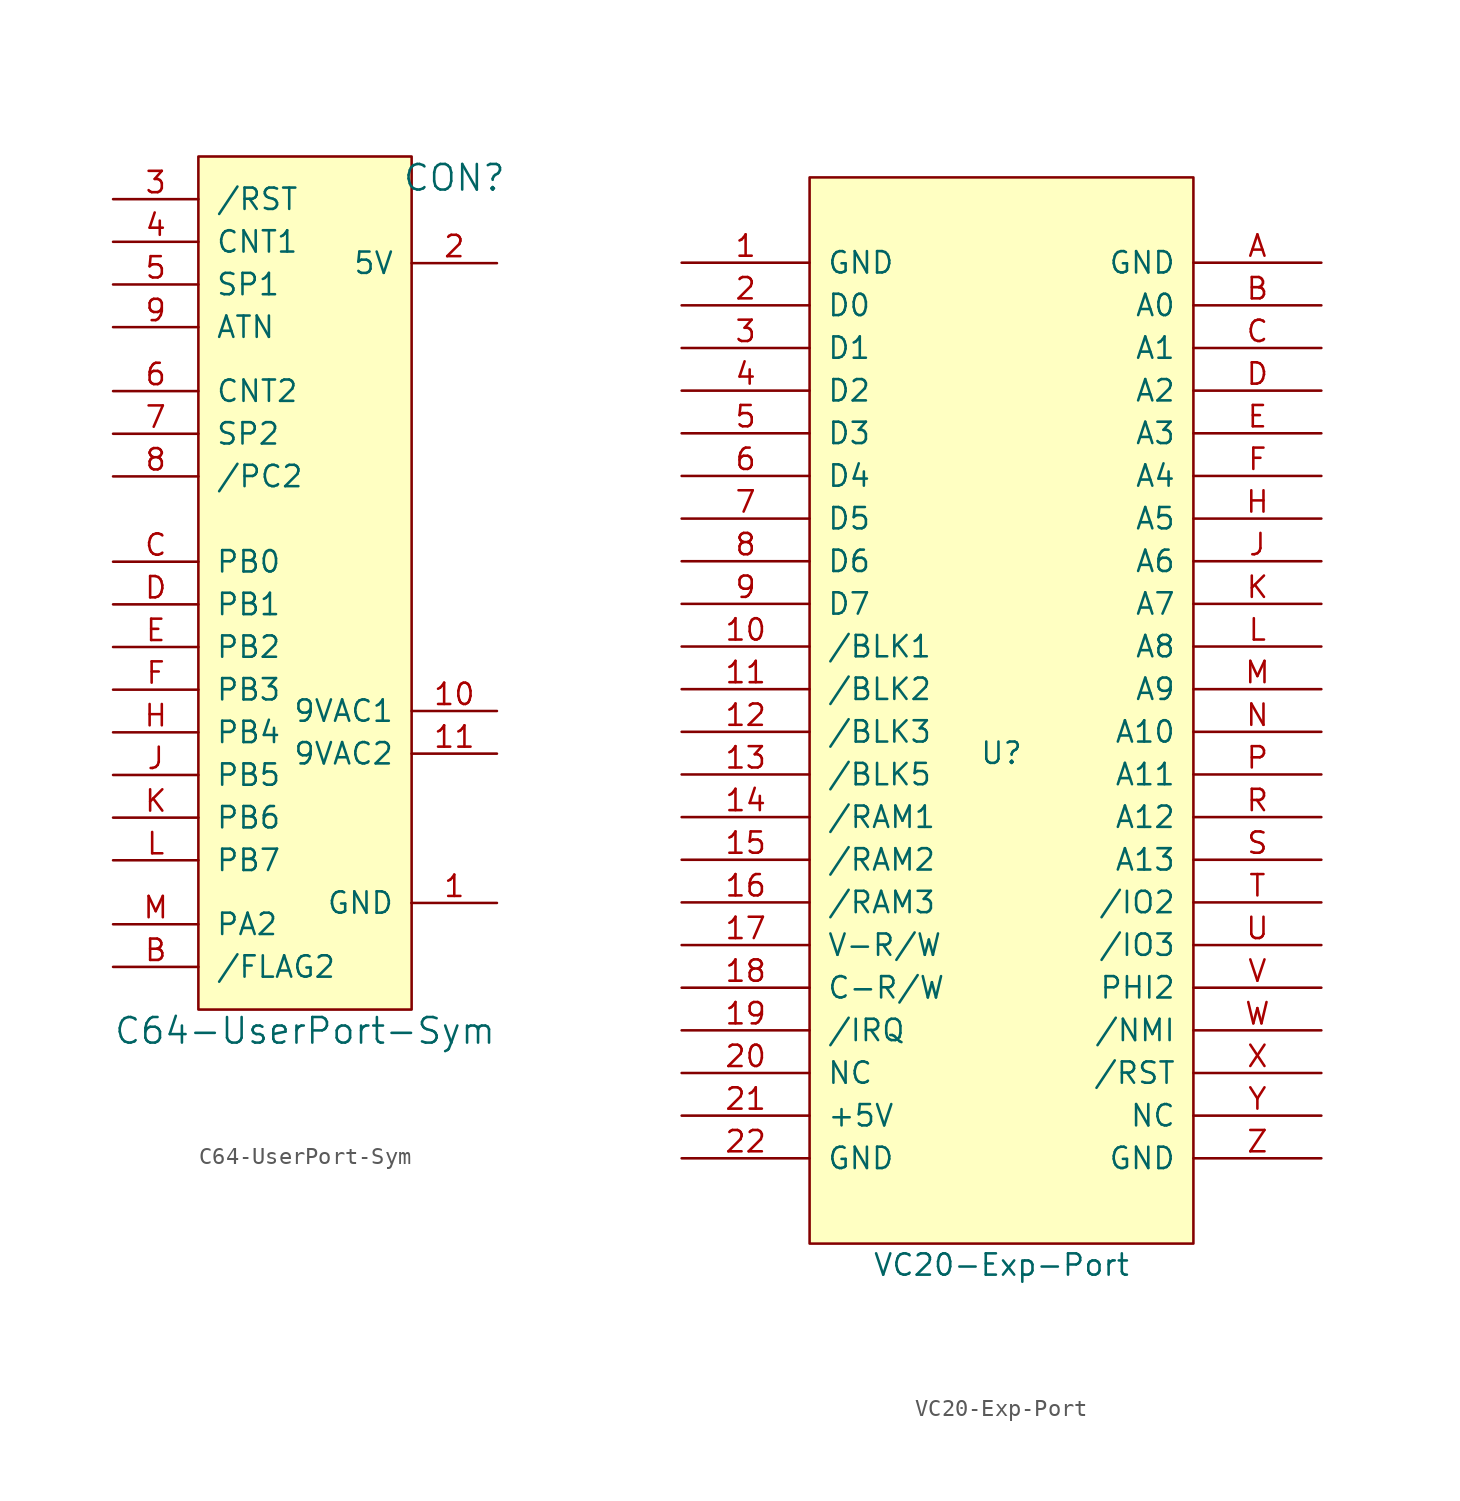
<source format=kicad_sym>
(kicad_symbol_lib
  (version 20220914)
  (generator kicad_symbol_editor)
  (symbol "C64-UserPort-Sym"
    (pin_names
      (offset 1.016))
    (property "Reference" "CON"
      (at 8.89 40.64 0)
      (effects (font (size 1.524 1.524))))
    (property "Value" "C64-UserPort-Sym"
      (at 0 -10.16 0)
      (effects (font (size 1.524 1.524))))
    (symbol "C64-UserPort-Sym_0_1"
      (rectangle (start -6.35 -8.89) (end 6.35 41.91) (stroke (width 0) (type default)) (fill (type background)))
      (rectangle (start 6.35 -2.54) (end 6.35 -2.54) (stroke (width 0) (type default)) (fill (type none))))
    (symbol "C64-UserPort-Sym_1_1"
      (pin power_out line (at 11.43 -2.54 180) (length 5.08) (name "GND" (effects (font (size 1.27 1.27)))) (number "1" (effects (font (size 1.27 1.27)))))
      (pin power_out line (at 11.43 8.89 180) (length 5.08) (name "9VAC1" (effects (font (size 1.27 1.27)))) (number "10" (effects (font (size 1.27 1.27)))))
      (pin power_out line (at 11.43 6.35 180) (length 5.08) (name "9VAC2" (effects (font (size 1.27 1.27)))) (number "11" (effects (font (size 1.27 1.27)))))
      (pin power_out line (at 11.43 35.56 180) (length 5.08) (name "5V" (effects (font (size 1.27 1.27)))) (number "2" (effects (font (size 1.27 1.27)))))
      (pin bidirectional line (at -11.43 39.37 0) (length 5.08) (name "/RST" (effects (font (size 1.27 1.27)))) (number "3" (effects (font (size 1.27 1.27)))))
      (pin input line (at -11.43 36.83 0) (length 5.08) (name "CNT1" (effects (font (size 1.27 1.27)))) (number "4" (effects (font (size 1.27 1.27)))))
      (pin bidirectional line (at -11.43 34.29 0) (length 5.08) (name "SP1" (effects (font (size 1.27 1.27)))) (number "5" (effects (font (size 1.27 1.27)))))
      (pin input line (at -11.43 27.94 0) (length 5.08) (name "CNT2" (effects (font (size 1.27 1.27)))) (number "6" (effects (font (size 1.27 1.27)))))
      (pin bidirectional line (at -11.43 25.4 0) (length 5.08) (name "SP2" (effects (font (size 1.27 1.27)))) (number "7" (effects (font (size 1.27 1.27)))))
      (pin input line (at -11.43 22.86 0) (length 5.08) (name "/PC2" (effects (font (size 1.27 1.27)))) (number "8" (effects (font (size 1.27 1.27)))))
      (pin output line (at -11.43 31.75 0) (length 5.08) (name "ATN" (effects (font (size 1.27 1.27)))) (number "9" (effects (font (size 1.27 1.27)))))
      (pin input line (at -11.43 -6.35 0) (length 5.08) (name "/FLAG2" (effects (font (size 1.27 1.27)))) (number "B" (effects (font (size 1.27 1.27)))))
      (pin bidirectional line (at -11.43 17.78 0) (length 5.08) (name "PB0" (effects (font (size 1.27 1.27)))) (number "C" (effects (font (size 1.27 1.27)))))
      (pin bidirectional line (at -11.43 15.24 0) (length 5.08) (name "PB1" (effects (font (size 1.27 1.27)))) (number "D" (effects (font (size 1.27 1.27)))))
      (pin bidirectional line (at -11.43 12.7 0) (length 5.08) (name "PB2" (effects (font (size 1.27 1.27)))) (number "E" (effects (font (size 1.27 1.27)))))
      (pin bidirectional line (at -11.43 10.16 0) (length 5.08) (name "PB3" (effects (font (size 1.27 1.27)))) (number "F" (effects (font (size 1.27 1.27)))))
      (pin bidirectional line (at -11.43 7.62 0) (length 5.08) (name "PB4" (effects (font (size 1.27 1.27)))) (number "H" (effects (font (size 1.27 1.27)))))
      (pin bidirectional line (at -11.43 5.08 0) (length 5.08) (name "PB5" (effects (font (size 1.27 1.27)))) (number "J" (effects (font (size 1.27 1.27)))))
      (pin bidirectional line (at -11.43 2.54 0) (length 5.08) (name "PB6" (effects (font (size 1.27 1.27)))) (number "K" (effects (font (size 1.27 1.27)))))
      (pin bidirectional line (at -11.43 0 0) (length 5.08) (name "PB7" (effects (font (size 1.27 1.27)))) (number "L" (effects (font (size 1.27 1.27)))))
      (pin bidirectional line (at -11.43 -3.81 0) (length 5.08) (name "PA2" (effects (font (size 1.27 1.27)))) (number "M" (effects (font (size 1.27 1.27)))))))
  (symbol "VC20-Exp-Port"
    (pin_names
      (offset 1.016))
    (property "Reference" "U"
      (at 0 -2.54 0)
      (effects (font (size 1.27 1.27))))
    (property "Value" "VC20-Exp-Port"
      (at 0 -33.02 0)
      (effects (font (size 1.27 1.27))))
    (symbol "VC20-Exp-Port_1_0"
      (rectangle (start -11.43 -31.75) (end 11.43 31.75) (stroke (width 0) (type default)) (fill (type background))))
    (symbol "VC20-Exp-Port_1_1"
      (pin power_in line (at -19.05 26.67 0) (length 7.62) (name "GND" (effects (font (size 1.27 1.27)))) (number "1" (effects (font (size 1.27 1.27)))))
      (pin passive line (at -19.05 3.81 0) (length 7.62) (name "/BLK1" (effects (font (size 1.27 1.27)))) (number "10" (effects (font (size 1.27 1.27)))))
      (pin passive line (at -19.05 1.27 0) (length 7.62) (name "/BLK2" (effects (font (size 1.27 1.27)))) (number "11" (effects (font (size 1.27 1.27)))))
      (pin passive line (at -19.05 -1.27 0) (length 7.62) (name "/BLK3" (effects (font (size 1.27 1.27)))) (number "12" (effects (font (size 1.27 1.27)))))
      (pin passive line (at -19.05 -3.81 0) (length 7.62) (name "/BLK5" (effects (font (size 1.27 1.27)))) (number "13" (effects (font (size 1.27 1.27)))))
      (pin passive line (at -19.05 -6.35 0) (length 7.62) (name "/RAM1" (effects (font (size 1.27 1.27)))) (number "14" (effects (font (size 1.27 1.27)))))
      (pin passive line (at -19.05 -8.89 0) (length 7.62) (name "/RAM2" (effects (font (size 1.27 1.27)))) (number "15" (effects (font (size 1.27 1.27)))))
      (pin passive line (at -19.05 -11.43 0) (length 7.62) (name "/RAM3" (effects (font (size 1.27 1.27)))) (number "16" (effects (font (size 1.27 1.27)))))
      (pin passive line (at -19.05 -13.97 0) (length 7.62) (name "V-R/W" (effects (font (size 1.27 1.27)))) (number "17" (effects (font (size 1.27 1.27)))))
      (pin passive line (at -19.05 -16.51 0) (length 7.62) (name "C-R/W" (effects (font (size 1.27 1.27)))) (number "18" (effects (font (size 1.27 1.27)))))
      (pin passive line (at -19.05 -19.05 0) (length 7.62) (name "/IRQ" (effects (font (size 1.27 1.27)))) (number "19" (effects (font (size 1.27 1.27)))))
      (pin passive line (at -19.05 24.13 0) (length 7.62) (name "D0" (effects (font (size 1.27 1.27)))) (number "2" (effects (font (size 1.27 1.27)))))
      (pin passive line (at -19.05 -21.59 0) (length 7.62) (name "NC" (effects (font (size 1.27 1.27)))) (number "20" (effects (font (size 1.27 1.27)))))
      (pin power_in line (at -19.05 -24.13 0) (length 7.62) (name "+5V" (effects (font (size 1.27 1.27)))) (number "21" (effects (font (size 1.27 1.27)))))
      (pin power_in line (at -19.05 -26.67 0) (length 7.62) (name "GND" (effects (font (size 1.27 1.27)))) (number "22" (effects (font (size 1.27 1.27)))))
      (pin passive line (at -19.05 21.59 0) (length 7.62) (name "D1" (effects (font (size 1.27 1.27)))) (number "3" (effects (font (size 1.27 1.27)))))
      (pin passive line (at -19.05 19.05 0) (length 7.62) (name "D2" (effects (font (size 1.27 1.27)))) (number "4" (effects (font (size 1.27 1.27)))))
      (pin passive line (at -19.05 16.51 0) (length 7.62) (name "D3" (effects (font (size 1.27 1.27)))) (number "5" (effects (font (size 1.27 1.27)))))
      (pin passive line (at -19.05 13.97 0) (length 7.62) (name "D4" (effects (font (size 1.27 1.27)))) (number "6" (effects (font (size 1.27 1.27)))))
      (pin passive line (at -19.05 11.43 0) (length 7.62) (name "D5" (effects (font (size 1.27 1.27)))) (number "7" (effects (font (size 1.27 1.27)))))
      (pin passive line (at -19.05 8.89 0) (length 7.62) (name "D6" (effects (font (size 1.27 1.27)))) (number "8" (effects (font (size 1.27 1.27)))))
      (pin passive line (at -19.05 6.35 0) (length 7.62) (name "D7" (effects (font (size 1.27 1.27)))) (number "9" (effects (font (size 1.27 1.27)))))
      (pin power_in line (at 19.05 26.67 180) (length 7.62) (name "GND" (effects (font (size 1.27 1.27)))) (number "A" (effects (font (size 1.27 1.27)))))
      (pin passive line (at 19.05 24.13 180) (length 7.62) (name "A0" (effects (font (size 1.27 1.27)))) (number "B" (effects (font (size 1.27 1.27)))))
      (pin passive line (at 19.05 21.59 180) (length 7.62) (name "A1" (effects (font (size 1.27 1.27)))) (number "C" (effects (font (size 1.27 1.27)))))
      (pin passive line (at 19.05 19.05 180) (length 7.62) (name "A2" (effects (font (size 1.27 1.27)))) (number "D" (effects (font (size 1.27 1.27)))))
      (pin passive line (at 19.05 16.51 180) (length 7.62) (name "A3" (effects (font (size 1.27 1.27)))) (number "E" (effects (font (size 1.27 1.27)))))
      (pin passive line (at 19.05 13.97 180) (length 7.62) (name "A4" (effects (font (size 1.27 1.27)))) (number "F" (effects (font (size 1.27 1.27)))))
      (pin passive line (at 19.05 11.43 180) (length 7.62) (name "A5" (effects (font (size 1.27 1.27)))) (number "H" (effects (font (size 1.27 1.27)))))
      (pin passive line (at 19.05 8.89 180) (length 7.62) (name "A6" (effects (font (size 1.27 1.27)))) (number "J" (effects (font (size 1.27 1.27)))))
      (pin passive line (at 19.05 6.35 180) (length 7.62) (name "A7" (effects (font (size 1.27 1.27)))) (number "K" (effects (font (size 1.27 1.27)))))
      (pin passive line (at 19.05 3.81 180) (length 7.62) (name "A8" (effects (font (size 1.27 1.27)))) (number "L" (effects (font (size 1.27 1.27)))))
      (pin passive line (at 19.05 1.27 180) (length 7.62) (name "A9" (effects (font (size 1.27 1.27)))) (number "M" (effects (font (size 1.27 1.27)))))
      (pin passive line (at 19.05 -1.27 180) (length 7.62) (name "A10" (effects (font (size 1.27 1.27)))) (number "N" (effects (font (size 1.27 1.27)))))
      (pin passive line (at 19.05 -3.81 180) (length 7.62) (name "A11" (effects (font (size 1.27 1.27)))) (number "P" (effects (font (size 1.27 1.27)))))
      (pin passive line (at 19.05 -6.35 180) (length 7.62) (name "A12" (effects (font (size 1.27 1.27)))) (number "R" (effects (font (size 1.27 1.27)))))
      (pin passive line (at 19.05 -8.89 180) (length 7.62) (name "A13" (effects (font (size 1.27 1.27)))) (number "S" (effects (font (size 1.27 1.27)))))
      (pin passive line (at 19.05 -11.43 180) (length 7.62) (name "/IO2" (effects (font (size 1.27 1.27)))) (number "T" (effects (font (size 1.27 1.27)))))
      (pin passive line (at 19.05 -13.97 180) (length 7.62) (name "/IO3" (effects (font (size 1.27 1.27)))) (number "U" (effects (font (size 1.27 1.27)))))
      (pin passive line (at 19.05 -16.51 180) (length 7.62) (name "PHI2" (effects (font (size 1.27 1.27)))) (number "V" (effects (font (size 1.27 1.27)))))
      (pin passive line (at 19.05 -19.05 180) (length 7.62) (name "/NMI" (effects (font (size 1.27 1.27)))) (number "W" (effects (font (size 1.27 1.27)))))
      (pin passive line (at 19.05 -21.59 180) (length 7.62) (name "/RST" (effects (font (size 1.27 1.27)))) (number "X" (effects (font (size 1.27 1.27)))))
      (pin passive line (at 19.05 -24.13 180) (length 7.62) (name "NC" (effects (font (size 1.27 1.27)))) (number "Y" (effects (font (size 1.27 1.27)))))
      (pin power_in line (at 19.05 -26.67 180) (length 7.62) (name "GND" (effects (font (size 1.27 1.27)))) (number "Z" (effects (font (size 1.27 1.27))))))))
</source>
